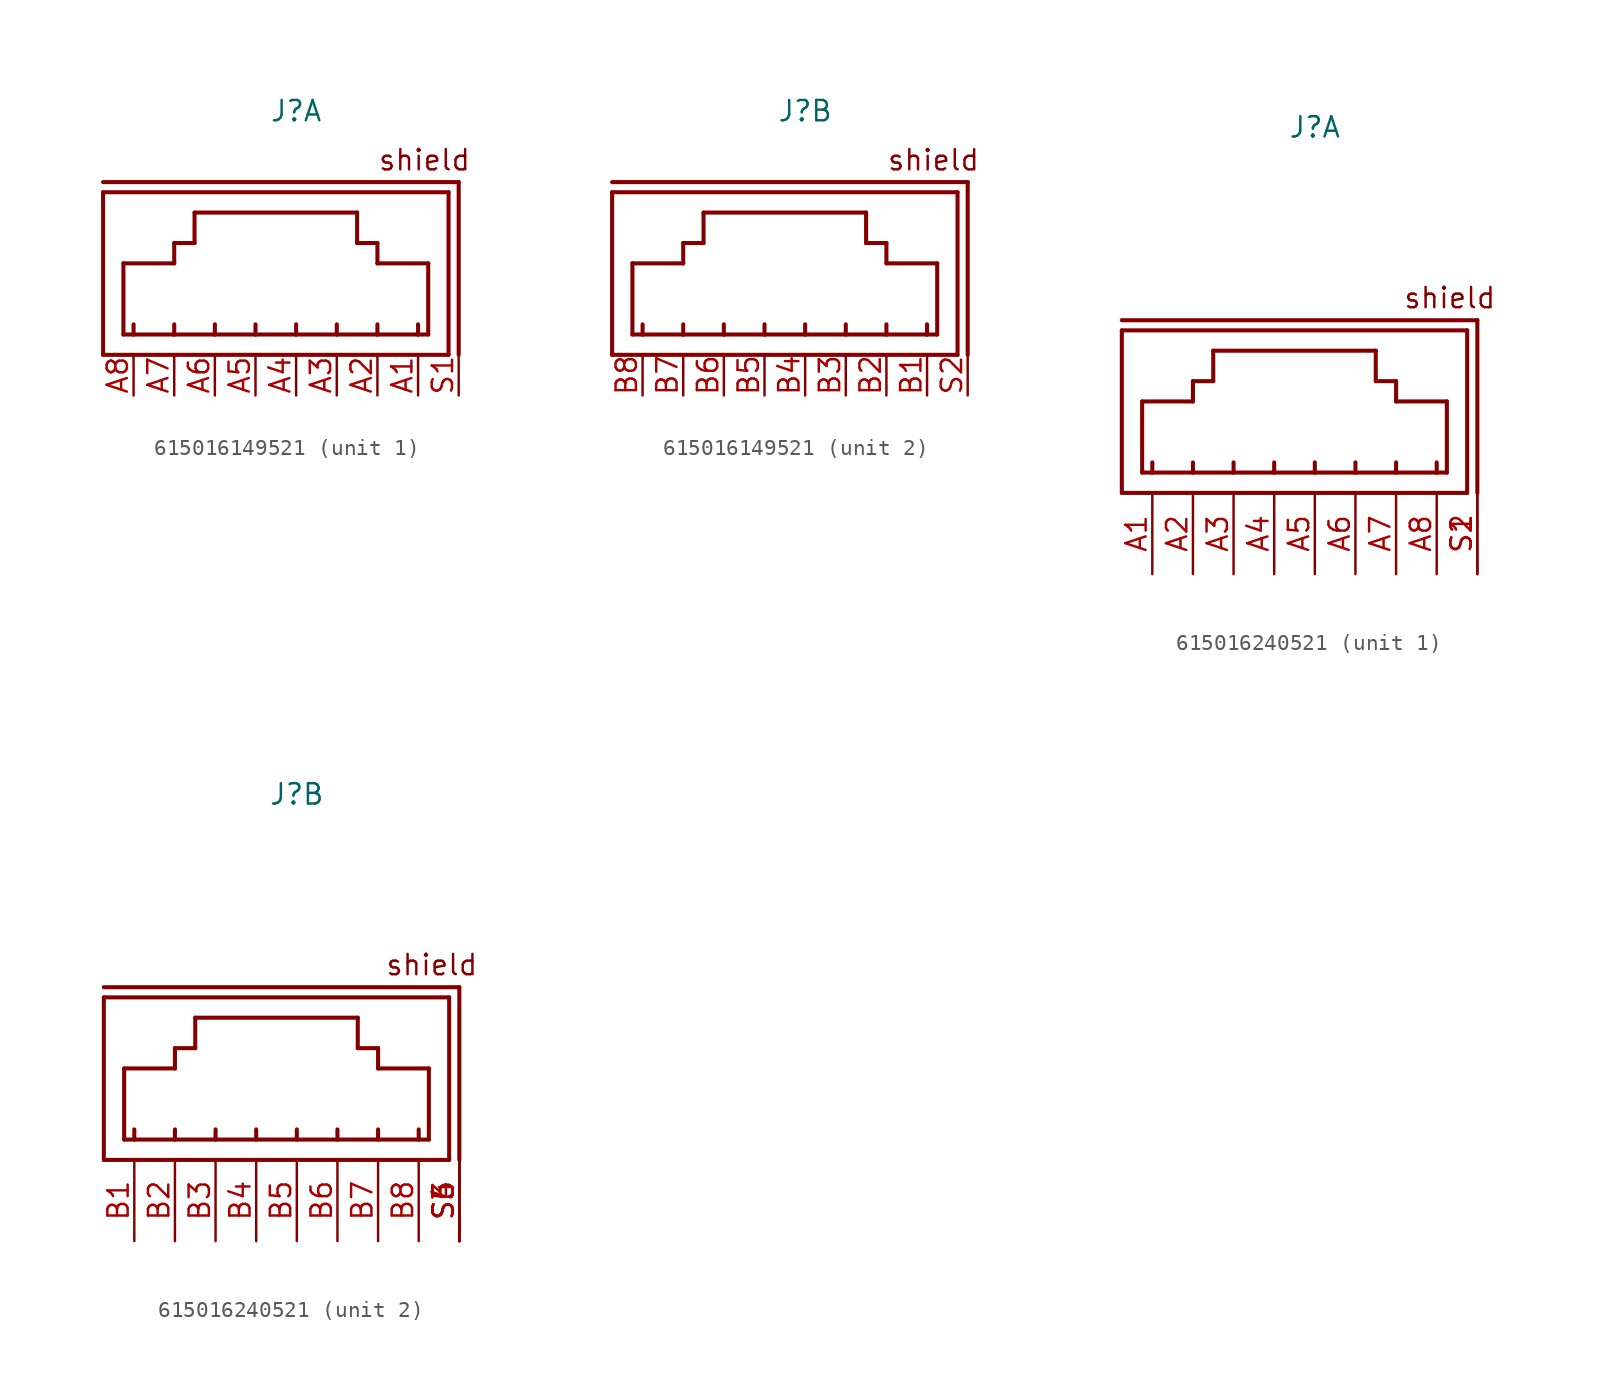
<source format=kicad_sym>
(kicad_symbol_lib
  (version 20241209)
  (generator "kicad_symbol_editor")
  (generator_version "9.0")
  (symbol "615016149521"
    (pin_names
      (hide yes))
    (property "Reference" "J"
      (at 0 10.16 0)
      (effects (font (size 1.27 1.27))))
    (property "ki_locked" ""
      (at 0 0 0)
      (effects (font (size 1.27 1.27))))
    (symbol "615016149521_1_0"
      (polyline (pts (xy -12.065 5.715) (xy 10.16 5.715)) (stroke (width 0.254) (type solid)) (fill (type none)))
      (polyline (pts (xy -12.065 5.08) (xy 9.525 5.08)) (stroke (width 0.254) (type solid)) (fill (type none)))
      (polyline (pts (xy -12.065 -5.08) (xy -12.065 5.08)) (stroke (width 0.254) (type solid)) (fill (type none)))
      (polyline (pts (xy -10.795 0.635) (xy -7.62 0.635)) (stroke (width 0.254) (type solid)) (fill (type none)))
      (polyline (pts (xy -10.795 -3.81) (xy -10.795 0.635)) (stroke (width 0.254) (type solid)) (fill (type none)))
      (polyline (pts (xy -10.16 -3.81) (xy -10.795 -3.81)) (stroke (width 0.254) (type solid)) (fill (type none)))
      (polyline (pts (xy -10.16 -3.81) (xy -10.16 -3.175)) (stroke (width 0.254) (type solid)) (fill (type none)))
      (polyline (pts (xy -7.62 1.905) (xy -6.35 1.905)) (stroke (width 0.254) (type solid)) (fill (type none)))
      (polyline (pts (xy -7.62 0.635) (xy -7.62 1.905)) (stroke (width 0.254) (type solid)) (fill (type none)))
      (polyline (pts (xy -7.62 -3.81) (xy -10.16 -3.81)) (stroke (width 0.254) (type solid)) (fill (type none)))
      (polyline (pts (xy -7.62 -3.81) (xy -7.62 -3.175)) (stroke (width 0.254) (type solid)) (fill (type none)))
      (polyline (pts (xy -6.35 3.81) (xy 3.81 3.81)) (stroke (width 0.254) (type solid)) (fill (type none)))
      (polyline (pts (xy -6.35 1.905) (xy -6.35 3.81)) (stroke (width 0.254) (type solid)) (fill (type none)))
      (polyline (pts (xy -5.08 -3.81) (xy -7.62 -3.81)) (stroke (width 0.254) (type solid)) (fill (type none)))
      (polyline (pts (xy -5.08 -3.81) (xy -5.08 -3.175)) (stroke (width 0.254) (type solid)) (fill (type none)))
      (polyline (pts (xy -2.54 -3.81) (xy -5.08 -3.81)) (stroke (width 0.254) (type solid)) (fill (type none)))
      (polyline (pts (xy -2.54 -3.81) (xy -2.54 -3.175)) (stroke (width 0.254) (type solid)) (fill (type none)))
      (polyline (pts (xy 0 -3.81) (xy -2.54 -3.81)) (stroke (width 0.254) (type solid)) (fill (type none)))
      (polyline (pts (xy 0 -3.81) (xy 0 -3.175)) (stroke (width 0.254) (type solid)) (fill (type none)))
      (polyline (pts (xy 2.54 -3.81) (xy 0 -3.81)) (stroke (width 0.254) (type solid)) (fill (type none)))
      (polyline (pts (xy 2.54 -3.81) (xy 2.54 -3.175)) (stroke (width 0.254) (type solid)) (fill (type none)))
      (polyline (pts (xy 3.81 1.905) (xy 3.81 3.81)) (stroke (width 0.254) (type solid)) (fill (type none)))
      (polyline (pts (xy 5.08 1.905) (xy 3.81 1.905)) (stroke (width 0.254) (type solid)) (fill (type none)))
      (polyline (pts (xy 5.08 0.635) (xy 5.08 1.905)) (stroke (width 0.254) (type solid)) (fill (type none)))
      (polyline (pts (xy 5.08 -3.81) (xy 2.54 -3.81)) (stroke (width 0.254) (type solid)) (fill (type none)))
      (polyline (pts (xy 5.08 -3.81) (xy 5.08 -3.175)) (stroke (width 0.254) (type solid)) (fill (type none)))
      (polyline (pts (xy 7.62 -3.81) (xy 5.08 -3.81)) (stroke (width 0.254) (type solid)) (fill (type none)))
      (polyline (pts (xy 7.62 -3.81) (xy 7.62 -3.175)) (stroke (width 0.254) (type solid)) (fill (type none)))
      (polyline (pts (xy 8.255 0.635) (xy 5.08 0.635)) (stroke (width 0.254) (type solid)) (fill (type none)))
      (polyline (pts (xy 8.255 0.635) (xy 8.255 -3.81)) (stroke (width 0.254) (type solid)) (fill (type none)))
      (polyline (pts (xy 8.255 -3.81) (xy 7.62 -3.81)) (stroke (width 0.254) (type solid)) (fill (type none)))
      (polyline (pts (xy 9.525 5.08) (xy 9.525 -5.08)) (stroke (width 0.254) (type solid)) (fill (type none)))
      (polyline (pts (xy 9.525 -5.08) (xy -12.065 -5.08)) (stroke (width 0.254) (type solid)) (fill (type none)))
      (polyline (pts (xy 10.16 5.715) (xy 10.16 -5.08)) (stroke (width 0.254) (type solid)) (fill (type none)))
      (pin passive line (at -10.16 -7.62 90) (length 2.54) (name "8" (effects (font (size 1.27 1.27)))) (number "A8" (effects (font (size 1.27 1.27)))))
      (pin passive line (at -7.62 -7.62 90) (length 2.54) (name "7" (effects (font (size 1.27 1.27)))) (number "A7" (effects (font (size 1.27 1.27)))))
      (pin passive line (at -5.08 -7.62 90) (length 2.54) (name "6" (effects (font (size 1.27 1.27)))) (number "A6" (effects (font (size 1.27 1.27)))))
      (pin passive line (at -2.54 -7.62 90) (length 2.54) (name "5" (effects (font (size 1.27 1.27)))) (number "A5" (effects (font (size 1.27 1.27)))))
      (pin passive line (at 0 -7.62 90) (length 2.54) (name "4" (effects (font (size 1.27 1.27)))) (number "A4" (effects (font (size 1.27 1.27)))))
      (pin passive line (at 2.54 -7.62 90) (length 2.54) (name "3" (effects (font (size 1.27 1.27)))) (number "A3" (effects (font (size 1.27 1.27)))))
      (pin passive line (at 5.08 -7.62 90) (length 2.54) (name "2" (effects (font (size 1.27 1.27)))) (number "A2" (effects (font (size 1.27 1.27)))))
      (pin passive line (at 7.62 -7.62 90) (length 2.54) (name "1" (effects (font (size 1.27 1.27)))) (number "A1" (effects (font (size 1.27 1.27)))))
      (pin passive line (at 10.16 -7.62 90) (length 2.54) (name "SHIELD" (effects (font (size 1.27 1.27)))) (number "S1" (effects (font (size 1.27 1.27))))))
    (symbol "615016149521_1_1"
      (text "shield" (at 5.08 6.35 0) (effects (font (size 1.27 1.27)) (justify left bottom))))
    (symbol "615016149521_2_0"
      (polyline (pts (xy -12.065 5.715) (xy 10.16 5.715)) (stroke (width 0.254) (type solid)) (fill (type none)))
      (polyline (pts (xy -12.065 5.08) (xy 9.525 5.08)) (stroke (width 0.254) (type solid)) (fill (type none)))
      (polyline (pts (xy -12.065 -5.08) (xy -12.065 5.08)) (stroke (width 0.254) (type solid)) (fill (type none)))
      (polyline (pts (xy -10.795 0.635) (xy -7.62 0.635)) (stroke (width 0.254) (type solid)) (fill (type none)))
      (polyline (pts (xy -10.795 -3.81) (xy -10.795 0.635)) (stroke (width 0.254) (type solid)) (fill (type none)))
      (polyline (pts (xy -10.16 -3.81) (xy -10.795 -3.81)) (stroke (width 0.254) (type solid)) (fill (type none)))
      (polyline (pts (xy -10.16 -3.81) (xy -10.16 -3.175)) (stroke (width 0.254) (type solid)) (fill (type none)))
      (polyline (pts (xy -7.62 1.905) (xy -6.35 1.905)) (stroke (width 0.254) (type solid)) (fill (type none)))
      (polyline (pts (xy -7.62 0.635) (xy -7.62 1.905)) (stroke (width 0.254) (type solid)) (fill (type none)))
      (polyline (pts (xy -7.62 -3.81) (xy -10.16 -3.81)) (stroke (width 0.254) (type solid)) (fill (type none)))
      (polyline (pts (xy -7.62 -3.81) (xy -7.62 -3.175)) (stroke (width 0.254) (type solid)) (fill (type none)))
      (polyline (pts (xy -6.35 3.81) (xy 3.81 3.81)) (stroke (width 0.254) (type solid)) (fill (type none)))
      (polyline (pts (xy -6.35 1.905) (xy -6.35 3.81)) (stroke (width 0.254) (type solid)) (fill (type none)))
      (polyline (pts (xy -5.08 -3.81) (xy -7.62 -3.81)) (stroke (width 0.254) (type solid)) (fill (type none)))
      (polyline (pts (xy -5.08 -3.81) (xy -5.08 -3.175)) (stroke (width 0.254) (type solid)) (fill (type none)))
      (polyline (pts (xy -2.54 -3.81) (xy -5.08 -3.81)) (stroke (width 0.254) (type solid)) (fill (type none)))
      (polyline (pts (xy -2.54 -3.81) (xy -2.54 -3.175)) (stroke (width 0.254) (type solid)) (fill (type none)))
      (polyline (pts (xy 0 -3.81) (xy -2.54 -3.81)) (stroke (width 0.254) (type solid)) (fill (type none)))
      (polyline (pts (xy 0 -3.81) (xy 0 -3.175)) (stroke (width 0.254) (type solid)) (fill (type none)))
      (polyline (pts (xy 2.54 -3.81) (xy 0 -3.81)) (stroke (width 0.254) (type solid)) (fill (type none)))
      (polyline (pts (xy 2.54 -3.81) (xy 2.54 -3.175)) (stroke (width 0.254) (type solid)) (fill (type none)))
      (polyline (pts (xy 3.81 1.905) (xy 3.81 3.81)) (stroke (width 0.254) (type solid)) (fill (type none)))
      (polyline (pts (xy 5.08 1.905) (xy 3.81 1.905)) (stroke (width 0.254) (type solid)) (fill (type none)))
      (polyline (pts (xy 5.08 0.635) (xy 5.08 1.905)) (stroke (width 0.254) (type solid)) (fill (type none)))
      (polyline (pts (xy 5.08 -3.81) (xy 2.54 -3.81)) (stroke (width 0.254) (type solid)) (fill (type none)))
      (polyline (pts (xy 5.08 -3.81) (xy 5.08 -3.175)) (stroke (width 0.254) (type solid)) (fill (type none)))
      (polyline (pts (xy 7.62 -3.81) (xy 5.08 -3.81)) (stroke (width 0.254) (type solid)) (fill (type none)))
      (polyline (pts (xy 7.62 -3.81) (xy 7.62 -3.175)) (stroke (width 0.254) (type solid)) (fill (type none)))
      (polyline (pts (xy 8.255 0.635) (xy 5.08 0.635)) (stroke (width 0.254) (type solid)) (fill (type none)))
      (polyline (pts (xy 8.255 0.635) (xy 8.255 -3.81)) (stroke (width 0.254) (type solid)) (fill (type none)))
      (polyline (pts (xy 8.255 -3.81) (xy 7.62 -3.81)) (stroke (width 0.254) (type solid)) (fill (type none)))
      (polyline (pts (xy 9.525 5.08) (xy 9.525 -5.08)) (stroke (width 0.254) (type solid)) (fill (type none)))
      (polyline (pts (xy 9.525 -5.08) (xy -12.065 -5.08)) (stroke (width 0.254) (type solid)) (fill (type none)))
      (polyline (pts (xy 10.16 5.715) (xy 10.16 -5.08)) (stroke (width 0.254) (type solid)) (fill (type none)))
      (pin passive line (at -10.16 -7.62 90) (length 2.54) (name "8" (effects (font (size 1.27 1.27)))) (number "B8" (effects (font (size 1.27 1.27)))))
      (pin passive line (at -7.62 -7.62 90) (length 2.54) (name "7" (effects (font (size 1.27 1.27)))) (number "B7" (effects (font (size 1.27 1.27)))))
      (pin passive line (at -5.08 -7.62 90) (length 2.54) (name "6" (effects (font (size 1.27 1.27)))) (number "B6" (effects (font (size 1.27 1.27)))))
      (pin passive line (at -2.54 -7.62 90) (length 2.54) (name "5" (effects (font (size 1.27 1.27)))) (number "B5" (effects (font (size 1.27 1.27)))))
      (pin passive line (at 0 -7.62 90) (length 2.54) (name "4" (effects (font (size 1.27 1.27)))) (number "B4" (effects (font (size 1.27 1.27)))))
      (pin passive line (at 2.54 -7.62 90) (length 2.54) (name "3" (effects (font (size 1.27 1.27)))) (number "B3" (effects (font (size 1.27 1.27)))))
      (pin passive line (at 5.08 -7.62 90) (length 2.54) (name "2" (effects (font (size 1.27 1.27)))) (number "B2" (effects (font (size 1.27 1.27)))))
      (pin passive line (at 7.62 -7.62 90) (length 2.54) (name "1" (effects (font (size 1.27 1.27)))) (number "B1" (effects (font (size 1.27 1.27)))))
      (pin passive line (at 10.16 -7.62 90) (length 2.54) (name "SHIELD" (effects (font (size 1.27 1.27)))) (number "S2" (effects (font (size 1.27 1.27))))))
    (symbol "615016149521_2_1"
      (text "shield" (at 5.08 6.35 0) (effects (font (size 1.27 1.27)) (justify left bottom)))))
  (symbol "615016240521"
    (pin_names
      (hide yes))
    (property "Reference" "J"
      (at 0 17.78 0)
      (effects (font (size 1.27 1.27))))
    (property "ki_locked" ""
      (at 0 0 0)
      (effects (font (size 1.27 1.27))))
    (symbol "615016240521_1_0"
      (polyline (pts (xy -12.065 5.715) (xy 10.16 5.715)) (stroke (width 0.254) (type solid)) (fill (type none)))
      (polyline (pts (xy -12.065 5.08) (xy 9.525 5.08)) (stroke (width 0.254) (type solid)) (fill (type none)))
      (polyline (pts (xy -12.065 -5.08) (xy -12.065 5.08)) (stroke (width 0.254) (type solid)) (fill (type none)))
      (polyline (pts (xy -10.795 0.635) (xy -7.62 0.635)) (stroke (width 0.254) (type solid)) (fill (type none)))
      (polyline (pts (xy -10.795 -3.81) (xy -10.795 0.635)) (stroke (width 0.254) (type solid)) (fill (type none)))
      (polyline (pts (xy -10.16 -3.81) (xy -10.795 -3.81)) (stroke (width 0.254) (type solid)) (fill (type none)))
      (polyline (pts (xy -10.16 -3.81) (xy -10.16 -3.175)) (stroke (width 0.254) (type solid)) (fill (type none)))
      (polyline (pts (xy -7.62 1.905) (xy -6.35 1.905)) (stroke (width 0.254) (type solid)) (fill (type none)))
      (polyline (pts (xy -7.62 0.635) (xy -7.62 1.905)) (stroke (width 0.254) (type solid)) (fill (type none)))
      (polyline (pts (xy -7.62 -3.81) (xy -10.16 -3.81)) (stroke (width 0.254) (type solid)) (fill (type none)))
      (polyline (pts (xy -7.62 -3.81) (xy -7.62 -3.175)) (stroke (width 0.254) (type solid)) (fill (type none)))
      (polyline (pts (xy -6.35 3.81) (xy 3.81 3.81)) (stroke (width 0.254) (type solid)) (fill (type none)))
      (polyline (pts (xy -6.35 1.905) (xy -6.35 3.81)) (stroke (width 0.254) (type solid)) (fill (type none)))
      (polyline (pts (xy -5.08 -3.81) (xy -7.62 -3.81)) (stroke (width 0.254) (type solid)) (fill (type none)))
      (polyline (pts (xy -5.08 -3.81) (xy -5.08 -3.175)) (stroke (width 0.254) (type solid)) (fill (type none)))
      (polyline (pts (xy -2.54 -3.81) (xy -5.08 -3.81)) (stroke (width 0.254) (type solid)) (fill (type none)))
      (polyline (pts (xy -2.54 -3.81) (xy -2.54 -3.175)) (stroke (width 0.254) (type solid)) (fill (type none)))
      (polyline (pts (xy 0 -3.81) (xy -2.54 -3.81)) (stroke (width 0.254) (type solid)) (fill (type none)))
      (polyline (pts (xy 0 -3.81) (xy 0 -3.175)) (stroke (width 0.254) (type solid)) (fill (type none)))
      (polyline (pts (xy 2.54 -3.81) (xy 0 -3.81)) (stroke (width 0.254) (type solid)) (fill (type none)))
      (polyline (pts (xy 2.54 -3.81) (xy 2.54 -3.175)) (stroke (width 0.254) (type solid)) (fill (type none)))
      (polyline (pts (xy 3.81 1.905) (xy 3.81 3.81)) (stroke (width 0.254) (type solid)) (fill (type none)))
      (polyline (pts (xy 5.08 1.905) (xy 3.81 1.905)) (stroke (width 0.254) (type solid)) (fill (type none)))
      (polyline (pts (xy 5.08 0.635) (xy 5.08 1.905)) (stroke (width 0.254) (type solid)) (fill (type none)))
      (polyline (pts (xy 5.08 -3.81) (xy 2.54 -3.81)) (stroke (width 0.254) (type solid)) (fill (type none)))
      (polyline (pts (xy 5.08 -3.81) (xy 5.08 -3.175)) (stroke (width 0.254) (type solid)) (fill (type none)))
      (polyline (pts (xy 7.62 -3.81) (xy 5.08 -3.81)) (stroke (width 0.254) (type solid)) (fill (type none)))
      (polyline (pts (xy 7.62 -3.81) (xy 7.62 -3.175)) (stroke (width 0.254) (type solid)) (fill (type none)))
      (polyline (pts (xy 8.255 0.635) (xy 5.08 0.635)) (stroke (width 0.254) (type solid)) (fill (type none)))
      (polyline (pts (xy 8.255 0.635) (xy 8.255 -3.81)) (stroke (width 0.254) (type solid)) (fill (type none)))
      (polyline (pts (xy 8.255 -3.81) (xy 7.62 -3.81)) (stroke (width 0.254) (type solid)) (fill (type none)))
      (polyline (pts (xy 9.525 5.08) (xy 9.525 -5.08)) (stroke (width 0.254) (type solid)) (fill (type none)))
      (polyline (pts (xy 9.525 -5.08) (xy -12.065 -5.08)) (stroke (width 0.254) (type solid)) (fill (type none)))
      (polyline (pts (xy 10.16 5.715) (xy 10.16 -5.08)) (stroke (width 0.254) (type solid)) (fill (type none)))
      (pin passive line (at -10.16 -10.16 90) (length 5.08) (name "1" (effects (font (size 1.27 1.27)))) (number "A1" (effects (font (size 1.27 1.27)))))
      (pin passive line (at -7.62 -10.16 90) (length 5.08) (name "2" (effects (font (size 1.27 1.27)))) (number "A2" (effects (font (size 1.27 1.27)))))
      (pin passive line (at -5.08 -10.16 90) (length 5.08) (name "3" (effects (font (size 1.27 1.27)))) (number "A3" (effects (font (size 1.27 1.27)))))
      (pin passive line (at -2.54 -10.16 90) (length 5.08) (name "4" (effects (font (size 1.27 1.27)))) (number "A4" (effects (font (size 1.27 1.27)))))
      (pin passive line (at 0 -10.16 90) (length 5.08) (name "5" (effects (font (size 1.27 1.27)))) (number "A5" (effects (font (size 1.27 1.27)))))
      (pin passive line (at 2.54 -10.16 90) (length 5.08) (name "6" (effects (font (size 1.27 1.27)))) (number "A6" (effects (font (size 1.27 1.27)))))
      (pin passive line (at 5.08 -10.16 90) (length 5.08) (name "7" (effects (font (size 1.27 1.27)))) (number "A7" (effects (font (size 1.27 1.27)))))
      (pin passive line (at 7.62 -10.16 90) (length 5.08) (name "8" (effects (font (size 1.27 1.27)))) (number "A8" (effects (font (size 1.27 1.27)))))
      (pin passive line (at 10.16 -10.16 90) (length 5.08) (name "SHIELD" (effects (font (size 1.27 1.27)))) (number "S1" (effects (font (size 1.27 1.27)))))
      (pin passive line (at 10.16 -10.16 90) (length 5.08) (name "SHIELD" (effects (font (size 1.27 1.27)))) (number "S2" (effects (font (size 1.27 1.27))))))
    (symbol "615016240521_1_1"
      (text "shield" (at 5.495 6.365 0) (effects (font (size 1.27 1.27)) (justify left bottom))))
    (symbol "615016240521_2_0"
      (polyline (pts (xy -12.065 5.715) (xy 10.16 5.715)) (stroke (width 0.254) (type solid)) (fill (type none)))
      (polyline (pts (xy -12.065 5.08) (xy 9.525 5.08)) (stroke (width 0.254) (type solid)) (fill (type none)))
      (polyline (pts (xy -12.065 -5.08) (xy -12.065 5.08)) (stroke (width 0.254) (type solid)) (fill (type none)))
      (polyline (pts (xy -10.795 0.635) (xy -7.62 0.635)) (stroke (width 0.254) (type solid)) (fill (type none)))
      (polyline (pts (xy -10.795 -3.81) (xy -10.795 0.635)) (stroke (width 0.254) (type solid)) (fill (type none)))
      (polyline (pts (xy -10.16 -3.81) (xy -10.795 -3.81)) (stroke (width 0.254) (type solid)) (fill (type none)))
      (polyline (pts (xy -10.16 -3.81) (xy -10.16 -3.175)) (stroke (width 0.254) (type solid)) (fill (type none)))
      (polyline (pts (xy -7.62 1.905) (xy -6.35 1.905)) (stroke (width 0.254) (type solid)) (fill (type none)))
      (polyline (pts (xy -7.62 0.635) (xy -7.62 1.905)) (stroke (width 0.254) (type solid)) (fill (type none)))
      (polyline (pts (xy -7.62 -3.81) (xy -10.16 -3.81)) (stroke (width 0.254) (type solid)) (fill (type none)))
      (polyline (pts (xy -7.62 -3.81) (xy -7.62 -3.175)) (stroke (width 0.254) (type solid)) (fill (type none)))
      (polyline (pts (xy -6.35 3.81) (xy 3.81 3.81)) (stroke (width 0.254) (type solid)) (fill (type none)))
      (polyline (pts (xy -6.35 1.905) (xy -6.35 3.81)) (stroke (width 0.254) (type solid)) (fill (type none)))
      (polyline (pts (xy -5.08 -3.81) (xy -7.62 -3.81)) (stroke (width 0.254) (type solid)) (fill (type none)))
      (polyline (pts (xy -5.08 -3.81) (xy -5.08 -3.175)) (stroke (width 0.254) (type solid)) (fill (type none)))
      (polyline (pts (xy -2.54 -3.81) (xy -5.08 -3.81)) (stroke (width 0.254) (type solid)) (fill (type none)))
      (polyline (pts (xy -2.54 -3.81) (xy -2.54 -3.175)) (stroke (width 0.254) (type solid)) (fill (type none)))
      (polyline (pts (xy 0 -3.81) (xy -2.54 -3.81)) (stroke (width 0.254) (type solid)) (fill (type none)))
      (polyline (pts (xy 0 -3.81) (xy 0 -3.175)) (stroke (width 0.254) (type solid)) (fill (type none)))
      (polyline (pts (xy 2.54 -3.81) (xy 0 -3.81)) (stroke (width 0.254) (type solid)) (fill (type none)))
      (polyline (pts (xy 2.54 -3.81) (xy 2.54 -3.175)) (stroke (width 0.254) (type solid)) (fill (type none)))
      (polyline (pts (xy 3.81 1.905) (xy 3.81 3.81)) (stroke (width 0.254) (type solid)) (fill (type none)))
      (polyline (pts (xy 5.08 1.905) (xy 3.81 1.905)) (stroke (width 0.254) (type solid)) (fill (type none)))
      (polyline (pts (xy 5.08 0.635) (xy 5.08 1.905)) (stroke (width 0.254) (type solid)) (fill (type none)))
      (polyline (pts (xy 5.08 -3.81) (xy 2.54 -3.81)) (stroke (width 0.254) (type solid)) (fill (type none)))
      (polyline (pts (xy 5.08 -3.81) (xy 5.08 -3.175)) (stroke (width 0.254) (type solid)) (fill (type none)))
      (polyline (pts (xy 7.62 -3.81) (xy 5.08 -3.81)) (stroke (width 0.254) (type solid)) (fill (type none)))
      (polyline (pts (xy 7.62 -3.81) (xy 7.62 -3.175)) (stroke (width 0.254) (type solid)) (fill (type none)))
      (polyline (pts (xy 8.255 0.635) (xy 5.08 0.635)) (stroke (width 0.254) (type solid)) (fill (type none)))
      (polyline (pts (xy 8.255 0.635) (xy 8.255 -3.81)) (stroke (width 0.254) (type solid)) (fill (type none)))
      (polyline (pts (xy 8.255 -3.81) (xy 7.62 -3.81)) (stroke (width 0.254) (type solid)) (fill (type none)))
      (polyline (pts (xy 9.525 5.08) (xy 9.525 -5.08)) (stroke (width 0.254) (type solid)) (fill (type none)))
      (polyline (pts (xy 9.525 -5.08) (xy -12.065 -5.08)) (stroke (width 0.254) (type solid)) (fill (type none)))
      (polyline (pts (xy 10.16 5.715) (xy 10.16 -5.08)) (stroke (width 0.254) (type solid)) (fill (type none)))
      (pin passive line (at -10.16 -10.16 90) (length 5.08) (name "1" (effects (font (size 1.27 1.27)))) (number "B1" (effects (font (size 1.27 1.27)))))
      (pin passive line (at -7.62 -10.16 90) (length 5.08) (name "2" (effects (font (size 1.27 1.27)))) (number "B2" (effects (font (size 1.27 1.27)))))
      (pin passive line (at -5.08 -10.16 90) (length 5.08) (name "3" (effects (font (size 1.27 1.27)))) (number "B3" (effects (font (size 1.27 1.27)))))
      (pin passive line (at -2.54 -10.16 90) (length 5.08) (name "4" (effects (font (size 1.27 1.27)))) (number "B4" (effects (font (size 1.27 1.27)))))
      (pin passive line (at 0 -10.16 90) (length 5.08) (name "5" (effects (font (size 1.27 1.27)))) (number "B5" (effects (font (size 1.27 1.27)))))
      (pin passive line (at 2.54 -10.16 90) (length 5.08) (name "6" (effects (font (size 1.27 1.27)))) (number "B6" (effects (font (size 1.27 1.27)))))
      (pin passive line (at 5.08 -10.16 90) (length 5.08) (name "7" (effects (font (size 1.27 1.27)))) (number "B7" (effects (font (size 1.27 1.27)))))
      (pin passive line (at 7.62 -10.16 90) (length 5.08) (name "8" (effects (font (size 1.27 1.27)))) (number "B8" (effects (font (size 1.27 1.27)))))
      (pin passive line (at 10.16 -10.16 90) (length 5.08) (name "SHIELD" (effects (font (size 1.27 1.27)))) (number "S3" (effects (font (size 1.27 1.27)))))
      (pin passive line (at 10.16 -10.16 90) (length 5.08) (name "SHIELD" (effects (font (size 1.27 1.27)))) (number "S4" (effects (font (size 1.27 1.27)))))
      (pin passive line (at 10.16 -10.16 90) (length 5.08) (name "SHIELD" (effects (font (size 1.27 1.27)))) (number "S5" (effects (font (size 1.27 1.27)))))
      (pin passive line (at 10.16 -10.16 90) (length 5.08) (name "SHIELD" (effects (font (size 1.27 1.27)))) (number "S6" (effects (font (size 1.27 1.27))))))
    (symbol "615016240521_2_1"
      (text "shield" (at 5.495 6.365 0) (effects (font (size 1.27 1.27)) (justify left bottom))))))
</source>
